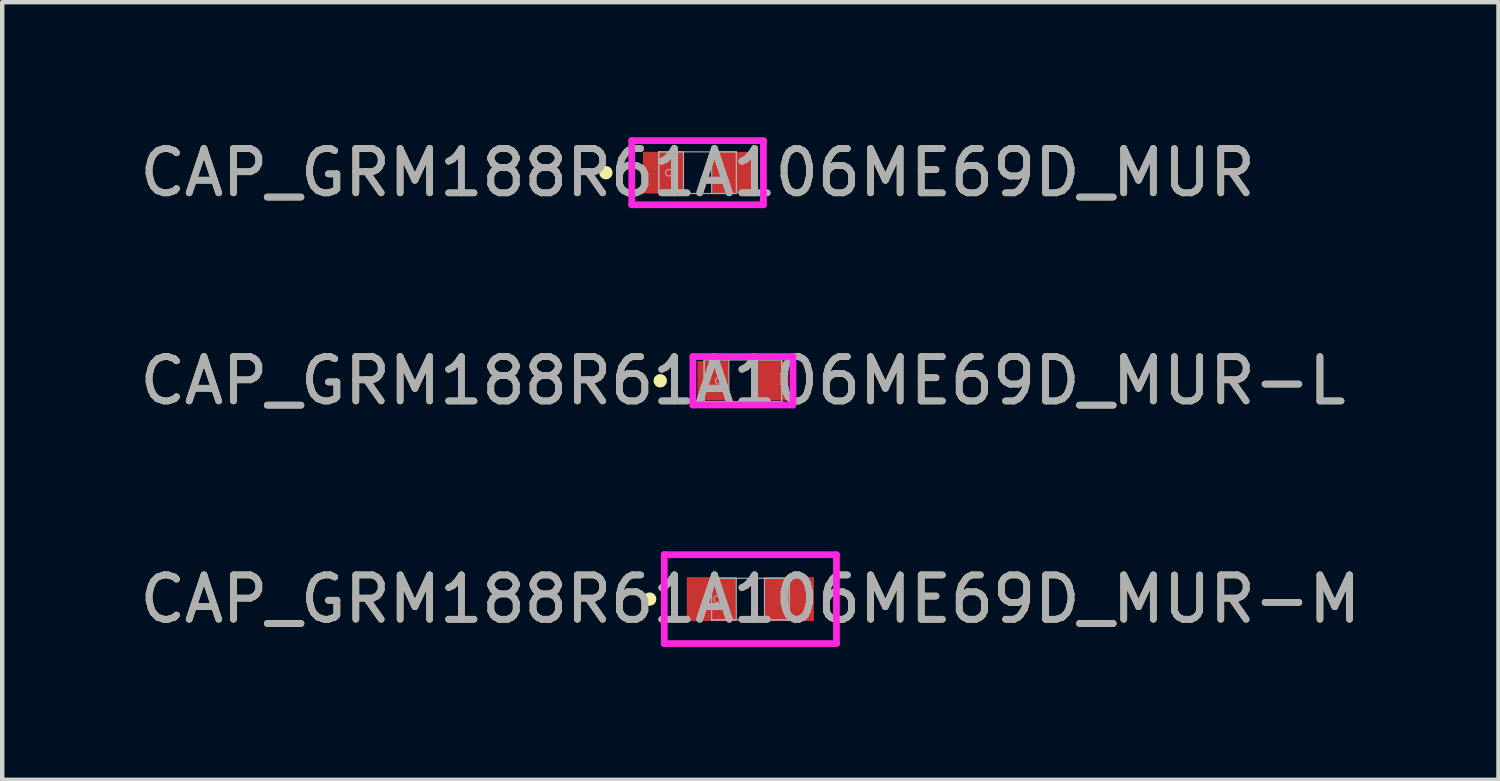
<source format=kicad_pcb>
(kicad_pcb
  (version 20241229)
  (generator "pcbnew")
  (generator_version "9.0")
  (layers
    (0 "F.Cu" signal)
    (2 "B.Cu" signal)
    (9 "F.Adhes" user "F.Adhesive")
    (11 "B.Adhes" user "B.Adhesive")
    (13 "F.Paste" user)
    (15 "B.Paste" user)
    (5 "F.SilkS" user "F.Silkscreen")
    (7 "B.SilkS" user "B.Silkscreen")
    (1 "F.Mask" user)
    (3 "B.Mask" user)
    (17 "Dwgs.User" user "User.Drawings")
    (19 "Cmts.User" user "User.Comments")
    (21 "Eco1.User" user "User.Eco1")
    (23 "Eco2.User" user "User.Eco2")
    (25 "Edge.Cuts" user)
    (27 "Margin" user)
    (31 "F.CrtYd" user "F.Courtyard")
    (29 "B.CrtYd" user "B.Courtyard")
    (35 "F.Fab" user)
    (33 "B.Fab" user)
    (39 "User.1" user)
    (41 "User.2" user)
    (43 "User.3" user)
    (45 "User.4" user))
  (footprint "CAP_GRM188R61A106ME69D_MUR-L"
    (layer "F.Cu")
    (at 13.72 5.545)
    (property "Reference" "CAP_GRM188R61A106ME69D_MUR-L" (at 0 0 0) (unlocked yes) (layer "F.SilkS") (effects (font (size 1 1) (thickness 0.15))))
    (attr smd)
    (fp_circle (center -1.867 0) (end -1.791 0) (stroke (width 0.152) (type solid)) (fill no) (layer "F.SilkS"))
    (fp_line (start -1.13 -0.546) (end 1.13 -0.546) (stroke (width 0.152) (type solid)) (layer "F.CrtYd"))
    (fp_line (start -1.13 0.546) (end -1.13 -0.546) (stroke (width 0.152) (type solid)) (layer "F.CrtYd"))
    (fp_line (start 1.13 -0.546) (end 1.13 0.546) (stroke (width 0.152) (type solid)) (layer "F.CrtYd"))
    (fp_line (start 1.13 0.546) (end -1.13 0.546) (stroke (width 0.152) (type solid)) (layer "F.CrtYd"))
    (fp_line (start -0.876 -0.47) (end -0.876 0.47) (stroke (width 0.025) (type solid)) (layer "F.Fab"))
    (fp_line (start -0.876 -0.47) (end -0.876 0.47) (stroke (width 0.025) (type solid)) (layer "F.Fab"))
    (fp_line (start -0.876 0.47) (end -0.318 0.47) (stroke (width 0.025) (type solid)) (layer "F.Fab"))
    (fp_line (start -0.876 0.47) (end 0.876 0.47) (stroke (width 0.025) (type solid)) (layer "F.Fab"))
    (fp_line (start -0.318 -0.47) (end -0.876 -0.47) (stroke (width 0.025) (type solid)) (layer "F.Fab"))
    (fp_line (start -0.318 0.47) (end -0.318 -0.47) (stroke (width 0.025) (type solid)) (layer "F.Fab"))
    (fp_line (start 0.318 -0.47) (end 0.318 0.47) (stroke (width 0.025) (type solid)) (layer "F.Fab"))
    (fp_line (start 0.318 0.47) (end 0.876 0.47) (stroke (width 0.025) (type solid)) (layer "F.Fab"))
    (fp_line (start 0.876 -0.47) (end -0.876 -0.47) (stroke (width 0.025) (type solid)) (layer "F.Fab"))
    (fp_line (start 0.876 -0.47) (end 0.318 -0.47) (stroke (width 0.025) (type solid)) (layer "F.Fab"))
    (fp_line (start 0.876 0.47) (end 0.876 -0.47) (stroke (width 0.025) (type solid)) (layer "F.Fab"))
    (fp_line (start 0.876 0.47) (end 0.876 -0.47) (stroke (width 0.025) (type solid)) (layer "F.Fab"))
    (fp_circle (center -0.546 0) (end -0.47 0) (stroke (width 0.025) (type solid)) (fill no) (layer "F.Fab"))
    (fp_text user "${REFERENCE}" (at 0 0 0) (unlocked yes) (layer "F.Fab") (effects (font (size 1 1) (thickness 0.15))))
    (pad "1" smd rect (at -0.673 0) (size 0.711 0.889) (layers "F.Cu" "F.Mask" "F.Paste"))
    (pad "2" smd rect (at 0.673 0) (size 0.711 0.889) (layers "F.Cu" "F.Mask" "F.Paste"))
    (zone (net_name "") (layer "F.Cu") (hatch full 0.508) (connect_pads) (min_thickness 0.254) (filled_areas_thickness no) (keepout (tracks not_allowed) (vias not_allowed) (pads allowed) (copperpour not_allowed) (footprints allowed)) (placement (enabled no)) (fill) (polygon (pts (xy 13.454 5.126) (xy 13.987 5.126) (xy 13.987 5.964) (xy 13.454 5.964)))))
  (footprint "CAP_GRM188R61A106ME69D_MUR"
    (layer "F.Cu")
    (at 12.696 0.848)
    (property "Reference" "CAP_GRM188R61A106ME69D_MUR" (at 0 0 0) (unlocked yes) (layer "F.SilkS") (effects (font (size 1 1) (thickness 0.15))))
    (attr smd)
    (fp_circle (center -2.07 0) (end -1.994 0) (stroke (width 0.152) (type solid)) (fill no) (layer "F.SilkS"))
    (fp_line (start -1.486 -0.724) (end 1.486 -0.724) (stroke (width 0.152) (type solid)) (layer "F.CrtYd"))
    (fp_line (start -1.486 0.724) (end -1.486 -0.724) (stroke (width 0.152) (type solid)) (layer "F.CrtYd"))
    (fp_line (start 1.486 -0.724) (end 1.486 0.724) (stroke (width 0.152) (type solid)) (layer "F.CrtYd"))
    (fp_line (start 1.486 0.724) (end -1.486 0.724) (stroke (width 0.152) (type solid)) (layer "F.CrtYd"))
    (fp_line (start -0.876 -0.47) (end -0.876 0.47) (stroke (width 0.025) (type solid)) (layer "F.Fab"))
    (fp_line (start -0.876 -0.47) (end -0.876 0.47) (stroke (width 0.025) (type solid)) (layer "F.Fab"))
    (fp_line (start -0.876 0.47) (end -0.318 0.47) (stroke (width 0.025) (type solid)) (layer "F.Fab"))
    (fp_line (start -0.876 0.47) (end 0.876 0.47) (stroke (width 0.025) (type solid)) (layer "F.Fab"))
    (fp_line (start -0.318 -0.47) (end -0.876 -0.47) (stroke (width 0.025) (type solid)) (layer "F.Fab"))
    (fp_line (start -0.318 0.47) (end -0.318 -0.47) (stroke (width 0.025) (type solid)) (layer "F.Fab"))
    (fp_line (start 0.318 -0.47) (end 0.318 0.47) (stroke (width 0.025) (type solid)) (layer "F.Fab"))
    (fp_line (start 0.318 0.47) (end 0.876 0.47) (stroke (width 0.025) (type solid)) (layer "F.Fab"))
    (fp_line (start 0.876 -0.47) (end -0.876 -0.47) (stroke (width 0.025) (type solid)) (layer "F.Fab"))
    (fp_line (start 0.876 -0.47) (end 0.318 -0.47) (stroke (width 0.025) (type solid)) (layer "F.Fab"))
    (fp_line (start 0.876 0.47) (end 0.876 -0.47) (stroke (width 0.025) (type solid)) (layer "F.Fab"))
    (fp_line (start 0.876 0.47) (end 0.876 -0.47) (stroke (width 0.025) (type solid)) (layer "F.Fab"))
    (fp_circle (center -0.648 0) (end -0.572 0) (stroke (width 0.025) (type solid)) (fill no) (layer "F.Fab"))
    (fp_text user "${REFERENCE}" (at 0 0 0) (unlocked yes) (layer "F.Fab") (effects (font (size 1 1) (thickness 0.15))))
    (pad "1" smd rect (at -0.775 0) (size 0.914 0.94) (layers "F.Cu" "F.Mask" "F.Paste"))
    (pad "2" smd rect (at 0.775 0) (size 0.914 0.94) (layers "F.Cu" "F.Mask" "F.Paste"))
    (zone (net_name "") (layer "F.Cu") (hatch full 0.508) (connect_pads) (min_thickness 0.254) (filled_areas_thickness no) (keepout (tracks not_allowed) (vias not_allowed) (pads allowed) (copperpour not_allowed) (footprints allowed)) (placement (enabled no)) (fill) (polygon (pts (xy 12.43 0.429) (xy 12.963 0.429) (xy 12.963 1.267) (xy 12.43 1.267)))))
  (footprint "CAP_GRM188R61A106ME69D_MUR-M"
    (layer "F.Cu")
    (at 13.887 10.473)
    (property "Reference" "CAP_GRM188R61A106ME69D_MUR-M" (at 0 0 0) (unlocked yes) (layer "F.SilkS") (effects (font (size 1 1) (thickness 0.15))))
    (attr smd)
    (fp_circle (center -2.273 0) (end -2.197 0) (stroke (width 0.152) (type solid)) (fill no) (layer "F.SilkS"))
    (fp_line (start -1.943 -1.003) (end 1.943 -1.003) (stroke (width 0.152) (type solid)) (layer "F.CrtYd"))
    (fp_line (start -1.943 1.003) (end -1.943 -1.003) (stroke (width 0.152) (type solid)) (layer "F.CrtYd"))
    (fp_line (start 1.943 -1.003) (end 1.943 1.003) (stroke (width 0.152) (type solid)) (layer "F.CrtYd"))
    (fp_line (start 1.943 1.003) (end -1.943 1.003) (stroke (width 0.152) (type solid)) (layer "F.CrtYd"))
    (fp_line (start -0.876 -0.47) (end -0.876 0.47) (stroke (width 0.025) (type solid)) (layer "F.Fab"))
    (fp_line (start -0.876 -0.47) (end -0.876 0.47) (stroke (width 0.025) (type solid)) (layer "F.Fab"))
    (fp_line (start -0.876 0.47) (end -0.318 0.47) (stroke (width 0.025) (type solid)) (layer "F.Fab"))
    (fp_line (start -0.876 0.47) (end 0.876 0.47) (stroke (width 0.025) (type solid)) (layer "F.Fab"))
    (fp_line (start -0.318 -0.47) (end -0.876 -0.47) (stroke (width 0.025) (type solid)) (layer "F.Fab"))
    (fp_line (start -0.318 0.47) (end -0.318 -0.47) (stroke (width 0.025) (type solid)) (layer "F.Fab"))
    (fp_line (start 0.318 -0.47) (end 0.318 0.47) (stroke (width 0.025) (type solid)) (layer "F.Fab"))
    (fp_line (start 0.318 0.47) (end 0.876 0.47) (stroke (width 0.025) (type solid)) (layer "F.Fab"))
    (fp_line (start 0.876 -0.47) (end -0.876 -0.47) (stroke (width 0.025) (type solid)) (layer "F.Fab"))
    (fp_line (start 0.876 -0.47) (end 0.318 -0.47) (stroke (width 0.025) (type solid)) (layer "F.Fab"))
    (fp_line (start 0.876 0.47) (end 0.876 -0.47) (stroke (width 0.025) (type solid)) (layer "F.Fab"))
    (fp_line (start 0.876 0.47) (end 0.876 -0.47) (stroke (width 0.025) (type solid)) (layer "F.Fab"))
    (fp_circle (center -0.749 0) (end -0.673 0) (stroke (width 0.025) (type solid)) (fill no) (layer "F.Fab"))
    (fp_text user "${REFERENCE}" (at 0 0 0) (unlocked yes) (layer "F.Fab") (effects (font (size 1 1) (thickness 0.15))))
    (pad "1" smd rect (at -0.876 0) (size 1.118 0.991) (layers "F.Cu" "F.Mask" "F.Paste"))
    (pad "2" smd rect (at 0.876 0) (size 1.118 0.991) (layers "F.Cu" "F.Mask" "F.Paste"))
    (zone (net_name "") (layer "F.Cu") (hatch full 0.508) (connect_pads) (min_thickness 0.254) (filled_areas_thickness no) (keepout (tracks not_allowed) (vias not_allowed) (pads allowed) (copperpour not_allowed) (footprints allowed)) (placement (enabled no)) (fill) (polygon (pts (xy 13.62 10.053) (xy 14.154 10.053) (xy 14.154 10.892) (xy 13.62 10.892)))))
  (gr_rect
    (start -3 -3)
    (end 30.774 14.552)
    (stroke (width 0.1) (type default))
    (fill no)
    (layer "Edge.Cuts")))
</source>
